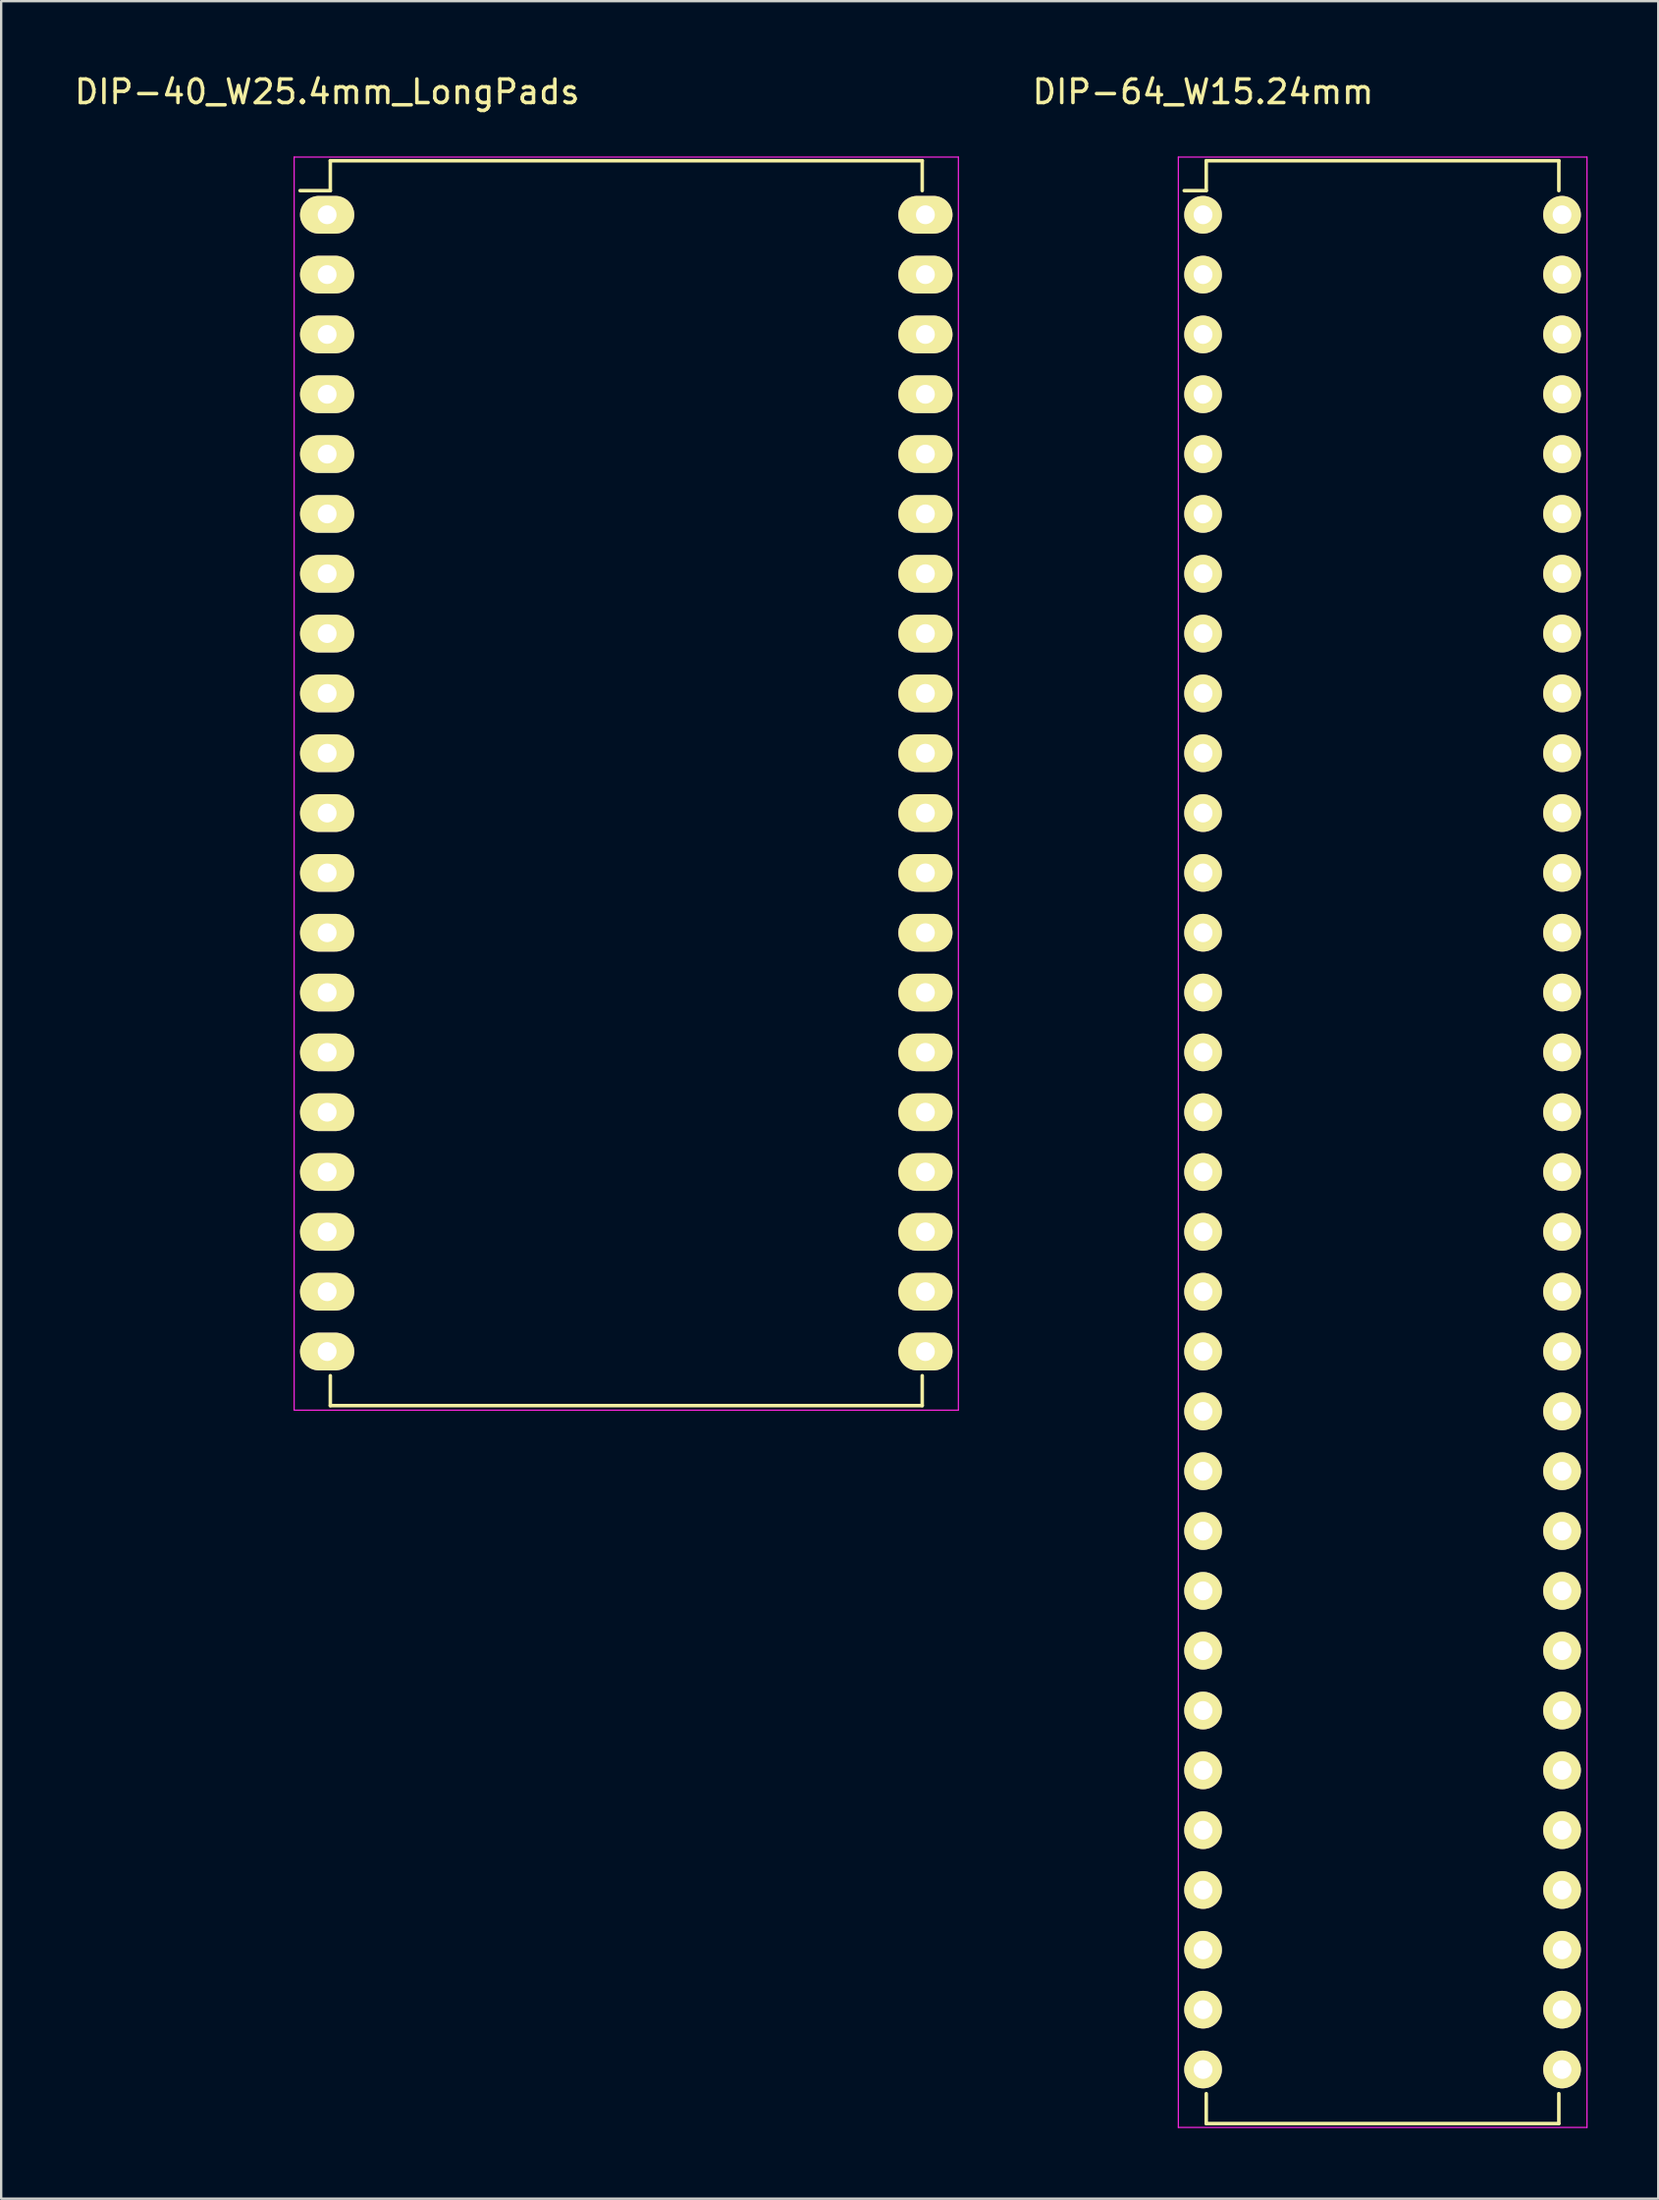
<source format=kicad_pcb>
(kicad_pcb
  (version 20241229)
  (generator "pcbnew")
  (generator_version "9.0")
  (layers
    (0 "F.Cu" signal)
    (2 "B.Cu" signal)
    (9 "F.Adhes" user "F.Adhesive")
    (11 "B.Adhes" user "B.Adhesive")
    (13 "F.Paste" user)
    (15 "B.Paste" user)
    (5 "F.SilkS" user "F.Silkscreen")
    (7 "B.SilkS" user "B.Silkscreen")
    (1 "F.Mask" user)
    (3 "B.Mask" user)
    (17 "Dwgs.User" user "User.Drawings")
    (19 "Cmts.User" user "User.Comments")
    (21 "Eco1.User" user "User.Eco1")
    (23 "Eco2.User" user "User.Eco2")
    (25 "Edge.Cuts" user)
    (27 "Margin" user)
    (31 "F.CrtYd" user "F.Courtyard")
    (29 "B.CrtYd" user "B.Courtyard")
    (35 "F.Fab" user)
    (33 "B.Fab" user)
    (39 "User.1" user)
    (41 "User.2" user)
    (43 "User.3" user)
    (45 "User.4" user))
  (footprint "DIP-40_W25.4mm_LongPads"
    (layer "F.Cu")
    (at 10.839 6.068)
    (property "Reference" "DIP-40_W25.4mm_LongPads" (at 0 -5.22 0) (layer "F.SilkS") (effects (font (size 1 1) (thickness 0.15))))
    (attr through_hole)
    (fp_line (start 0.135 -2.295) (end 0.135 -1.025) (stroke (width 0.15) (type solid)) (layer "F.SilkS"))
    (fp_line (start 0.135 -2.295) (end 25.265 -2.295) (stroke (width 0.15) (type solid)) (layer "F.SilkS"))
    (fp_line (start 0.135 -1.025) (end -1.15 -1.025) (stroke (width 0.15) (type solid)) (layer "F.SilkS"))
    (fp_line (start 0.135 50.555) (end 0.135 49.285) (stroke (width 0.15) (type solid)) (layer "F.SilkS"))
    (fp_line (start 0.135 50.555) (end 25.265 50.555) (stroke (width 0.15) (type solid)) (layer "F.SilkS"))
    (fp_line (start 25.265 -2.295) (end 25.265 -1.025) (stroke (width 0.15) (type solid)) (layer "F.SilkS"))
    (fp_line (start 25.265 50.555) (end 25.265 49.285) (stroke (width 0.15) (type solid)) (layer "F.SilkS"))
    (fp_line (start -1.4 -2.45) (end -1.4 50.75) (stroke (width 0.05) (type solid)) (layer "F.CrtYd"))
    (fp_line (start -1.4 -2.45) (end 26.8 -2.45) (stroke (width 0.05) (type solid)) (layer "F.CrtYd"))
    (fp_line (start -1.4 50.75) (end 26.8 50.75) (stroke (width 0.05) (type solid)) (layer "F.CrtYd"))
    (fp_line (start 26.8 -2.45) (end 26.8 50.75) (stroke (width 0.05) (type solid)) (layer "F.CrtYd"))
    (pad "1" thru_hole oval (at 0 0) (size 2.3 1.6) (drill 0.8) (layers "*.Cu" "*.Mask" "F.SilkS"))
    (pad "2" thru_hole oval (at 0 2.54) (size 2.3 1.6) (drill 0.8) (layers "*.Cu" "*.Mask" "F.SilkS"))
    (pad "3" thru_hole oval (at 0 5.08) (size 2.3 1.6) (drill 0.8) (layers "*.Cu" "*.Mask" "F.SilkS"))
    (pad "4" thru_hole oval (at 0 7.62) (size 2.3 1.6) (drill 0.8) (layers "*.Cu" "*.Mask" "F.SilkS"))
    (pad "5" thru_hole oval (at 0 10.16) (size 2.3 1.6) (drill 0.8) (layers "*.Cu" "*.Mask" "F.SilkS"))
    (pad "6" thru_hole oval (at 0 12.7) (size 2.3 1.6) (drill 0.8) (layers "*.Cu" "*.Mask" "F.SilkS"))
    (pad "7" thru_hole oval (at 0 15.24) (size 2.3 1.6) (drill 0.8) (layers "*.Cu" "*.Mask" "F.SilkS"))
    (pad "8" thru_hole oval (at 0 17.78) (size 2.3 1.6) (drill 0.8) (layers "*.Cu" "*.Mask" "F.SilkS"))
    (pad "9" thru_hole oval (at 0 20.32) (size 2.3 1.6) (drill 0.8) (layers "*.Cu" "*.Mask" "F.SilkS"))
    (pad "10" thru_hole oval (at 0 22.86) (size 2.3 1.6) (drill 0.8) (layers "*.Cu" "*.Mask" "F.SilkS"))
    (pad "11" thru_hole oval (at 0 25.4) (size 2.3 1.6) (drill 0.8) (layers "*.Cu" "*.Mask" "F.SilkS"))
    (pad "12" thru_hole oval (at 0 27.94) (size 2.3 1.6) (drill 0.8) (layers "*.Cu" "*.Mask" "F.SilkS"))
    (pad "13" thru_hole oval (at 0 30.48) (size 2.3 1.6) (drill 0.8) (layers "*.Cu" "*.Mask" "F.SilkS"))
    (pad "14" thru_hole oval (at 0 33.02) (size 2.3 1.6) (drill 0.8) (layers "*.Cu" "*.Mask" "F.SilkS"))
    (pad "15" thru_hole oval (at 0 35.56) (size 2.3 1.6) (drill 0.8) (layers "*.Cu" "*.Mask" "F.SilkS"))
    (pad "16" thru_hole oval (at 0 38.1) (size 2.3 1.6) (drill 0.8) (layers "*.Cu" "*.Mask" "F.SilkS"))
    (pad "17" thru_hole oval (at 0 40.64) (size 2.3 1.6) (drill 0.8) (layers "*.Cu" "*.Mask" "F.SilkS"))
    (pad "18" thru_hole oval (at 0 43.18) (size 2.3 1.6) (drill 0.8) (layers "*.Cu" "*.Mask" "F.SilkS"))
    (pad "19" thru_hole oval (at 0 45.72) (size 2.3 1.6) (drill 0.8) (layers "*.Cu" "*.Mask" "F.SilkS"))
    (pad "20" thru_hole oval (at 0 48.26) (size 2.3 1.6) (drill 0.8) (layers "*.Cu" "*.Mask" "F.SilkS"))
    (pad "21" thru_hole oval (at 25.4 48.26) (size 2.3 1.6) (drill 0.8) (layers "*.Cu" "*.Mask" "F.SilkS"))
    (pad "22" thru_hole oval (at 25.4 45.72) (size 2.3 1.6) (drill 0.8) (layers "*.Cu" "*.Mask" "F.SilkS"))
    (pad "23" thru_hole oval (at 25.4 43.18) (size 2.3 1.6) (drill 0.8) (layers "*.Cu" "*.Mask" "F.SilkS"))
    (pad "24" thru_hole oval (at 25.4 40.64) (size 2.3 1.6) (drill 0.8) (layers "*.Cu" "*.Mask" "F.SilkS"))
    (pad "25" thru_hole oval (at 25.4 38.1) (size 2.3 1.6) (drill 0.8) (layers "*.Cu" "*.Mask" "F.SilkS"))
    (pad "26" thru_hole oval (at 25.4 35.56) (size 2.3 1.6) (drill 0.8) (layers "*.Cu" "*.Mask" "F.SilkS"))
    (pad "27" thru_hole oval (at 25.4 33.02) (size 2.3 1.6) (drill 0.8) (layers "*.Cu" "*.Mask" "F.SilkS"))
    (pad "28" thru_hole oval (at 25.4 30.48) (size 2.3 1.6) (drill 0.8) (layers "*.Cu" "*.Mask" "F.SilkS"))
    (pad "29" thru_hole oval (at 25.4 27.94) (size 2.3 1.6) (drill 0.8) (layers "*.Cu" "*.Mask" "F.SilkS"))
    (pad "30" thru_hole oval (at 25.4 25.4) (size 2.3 1.6) (drill 0.8) (layers "*.Cu" "*.Mask" "F.SilkS"))
    (pad "31" thru_hole oval (at 25.4 22.86) (size 2.3 1.6) (drill 0.8) (layers "*.Cu" "*.Mask" "F.SilkS"))
    (pad "32" thru_hole oval (at 25.4 20.32) (size 2.3 1.6) (drill 0.8) (layers "*.Cu" "*.Mask" "F.SilkS"))
    (pad "33" thru_hole oval (at 25.4 17.78) (size 2.3 1.6) (drill 0.8) (layers "*.Cu" "*.Mask" "F.SilkS"))
    (pad "34" thru_hole oval (at 25.4 15.24) (size 2.3 1.6) (drill 0.8) (layers "*.Cu" "*.Mask" "F.SilkS"))
    (pad "35" thru_hole oval (at 25.4 12.7) (size 2.3 1.6) (drill 0.8) (layers "*.Cu" "*.Mask" "F.SilkS"))
    (pad "36" thru_hole oval (at 25.4 10.16) (size 2.3 1.6) (drill 0.8) (layers "*.Cu" "*.Mask" "F.SilkS"))
    (pad "37" thru_hole oval (at 25.4 7.62) (size 2.3 1.6) (drill 0.8) (layers "*.Cu" "*.Mask" "F.SilkS"))
    (pad "38" thru_hole oval (at 25.4 5.08) (size 2.3 1.6) (drill 0.8) (layers "*.Cu" "*.Mask" "F.SilkS"))
    (pad "39" thru_hole oval (at 25.4 2.54) (size 2.3 1.6) (drill 0.8) (layers "*.Cu" "*.Mask" "F.SilkS"))
    (pad "40" thru_hole oval (at 25.4 0) (size 2.3 1.6) (drill 0.8) (layers "*.Cu" "*.Mask" "F.SilkS")))
  (footprint "DIP-64_W15.24mm"
    (layer "F.Cu")
    (at 48.027 6.068)
    (property "Reference" "DIP-64_W15.24mm" (at 0 -5.22 0) (layer "F.SilkS") (effects (font (size 1 1) (thickness 0.15))))
    (attr through_hole)
    (fp_line (start 0.135 -2.295) (end 0.135 -1.025) (stroke (width 0.15) (type solid)) (layer "F.SilkS"))
    (fp_line (start 0.135 -2.295) (end 15.105 -2.295) (stroke (width 0.15) (type solid)) (layer "F.SilkS"))
    (fp_line (start 0.135 -1.025) (end -0.8 -1.025) (stroke (width 0.15) (type solid)) (layer "F.SilkS"))
    (fp_line (start 0.135 81.035) (end 0.135 79.765) (stroke (width 0.15) (type solid)) (layer "F.SilkS"))
    (fp_line (start 0.135 81.035) (end 15.105 81.035) (stroke (width 0.15) (type solid)) (layer "F.SilkS"))
    (fp_line (start 15.105 -2.295) (end 15.105 -1.025) (stroke (width 0.15) (type solid)) (layer "F.SilkS"))
    (fp_line (start 15.105 81.035) (end 15.105 79.765) (stroke (width 0.15) (type solid)) (layer "F.SilkS"))
    (fp_line (start -1.05 -2.45) (end -1.05 81.2) (stroke (width 0.05) (type solid)) (layer "F.CrtYd"))
    (fp_line (start -1.05 -2.45) (end 16.3 -2.45) (stroke (width 0.05) (type solid)) (layer "F.CrtYd"))
    (fp_line (start -1.05 81.2) (end 16.3 81.2) (stroke (width 0.05) (type solid)) (layer "F.CrtYd"))
    (fp_line (start 16.3 -2.45) (end 16.3 81.2) (stroke (width 0.05) (type solid)) (layer "F.CrtYd"))
    (pad "1" thru_hole oval (at 0 0) (size 1.6 1.6) (drill 0.8) (layers "*.Cu" "*.Mask" "F.SilkS"))
    (pad "2" thru_hole oval (at 0 2.54) (size 1.6 1.6) (drill 0.8) (layers "*.Cu" "*.Mask" "F.SilkS"))
    (pad "3" thru_hole oval (at 0 5.08) (size 1.6 1.6) (drill 0.8) (layers "*.Cu" "*.Mask" "F.SilkS"))
    (pad "4" thru_hole oval (at 0 7.62) (size 1.6 1.6) (drill 0.8) (layers "*.Cu" "*.Mask" "F.SilkS"))
    (pad "5" thru_hole oval (at 0 10.16) (size 1.6 1.6) (drill 0.8) (layers "*.Cu" "*.Mask" "F.SilkS"))
    (pad "6" thru_hole oval (at 0 12.7) (size 1.6 1.6) (drill 0.8) (layers "*.Cu" "*.Mask" "F.SilkS"))
    (pad "7" thru_hole oval (at 0 15.24) (size 1.6 1.6) (drill 0.8) (layers "*.Cu" "*.Mask" "F.SilkS"))
    (pad "8" thru_hole oval (at 0 17.78) (size 1.6 1.6) (drill 0.8) (layers "*.Cu" "*.Mask" "F.SilkS"))
    (pad "9" thru_hole oval (at 0 20.32) (size 1.6 1.6) (drill 0.8) (layers "*.Cu" "*.Mask" "F.SilkS"))
    (pad "10" thru_hole oval (at 0 22.86) (size 1.6 1.6) (drill 0.8) (layers "*.Cu" "*.Mask" "F.SilkS"))
    (pad "11" thru_hole oval (at 0 25.4) (size 1.6 1.6) (drill 0.8) (layers "*.Cu" "*.Mask" "F.SilkS"))
    (pad "12" thru_hole oval (at 0 27.94) (size 1.6 1.6) (drill 0.8) (layers "*.Cu" "*.Mask" "F.SilkS"))
    (pad "13" thru_hole oval (at 0 30.48) (size 1.6 1.6) (drill 0.8) (layers "*.Cu" "*.Mask" "F.SilkS"))
    (pad "14" thru_hole oval (at 0 33.02) (size 1.6 1.6) (drill 0.8) (layers "*.Cu" "*.Mask" "F.SilkS"))
    (pad "15" thru_hole oval (at 0 35.56) (size 1.6 1.6) (drill 0.8) (layers "*.Cu" "*.Mask" "F.SilkS"))
    (pad "16" thru_hole oval (at 0 38.1) (size 1.6 1.6) (drill 0.8) (layers "*.Cu" "*.Mask" "F.SilkS"))
    (pad "17" thru_hole oval (at 0 40.64) (size 1.6 1.6) (drill 0.8) (layers "*.Cu" "*.Mask" "F.SilkS"))
    (pad "18" thru_hole oval (at 0 43.18) (size 1.6 1.6) (drill 0.8) (layers "*.Cu" "*.Mask" "F.SilkS"))
    (pad "19" thru_hole oval (at 0 45.72) (size 1.6 1.6) (drill 0.8) (layers "*.Cu" "*.Mask" "F.SilkS"))
    (pad "20" thru_hole oval (at 0 48.26) (size 1.6 1.6) (drill 0.8) (layers "*.Cu" "*.Mask" "F.SilkS"))
    (pad "21" thru_hole oval (at 0 50.8) (size 1.6 1.6) (drill 0.8) (layers "*.Cu" "*.Mask" "F.SilkS"))
    (pad "22" thru_hole oval (at 0 53.34) (size 1.6 1.6) (drill 0.8) (layers "*.Cu" "*.Mask" "F.SilkS"))
    (pad "23" thru_hole oval (at 0 55.88) (size 1.6 1.6) (drill 0.8) (layers "*.Cu" "*.Mask" "F.SilkS"))
    (pad "24" thru_hole oval (at 0 58.42) (size 1.6 1.6) (drill 0.8) (layers "*.Cu" "*.Mask" "F.SilkS"))
    (pad "25" thru_hole oval (at 0 60.96) (size 1.6 1.6) (drill 0.8) (layers "*.Cu" "*.Mask" "F.SilkS"))
    (pad "26" thru_hole oval (at 0 63.5) (size 1.6 1.6) (drill 0.8) (layers "*.Cu" "*.Mask" "F.SilkS"))
    (pad "27" thru_hole oval (at 0 66.04) (size 1.6 1.6) (drill 0.8) (layers "*.Cu" "*.Mask" "F.SilkS"))
    (pad "28" thru_hole oval (at 0 68.58) (size 1.6 1.6) (drill 0.8) (layers "*.Cu" "*.Mask" "F.SilkS"))
    (pad "29" thru_hole oval (at 0 71.12) (size 1.6 1.6) (drill 0.8) (layers "*.Cu" "*.Mask" "F.SilkS"))
    (pad "30" thru_hole oval (at 0 73.66) (size 1.6 1.6) (drill 0.8) (layers "*.Cu" "*.Mask" "F.SilkS"))
    (pad "31" thru_hole oval (at 0 76.2) (size 1.6 1.6) (drill 0.8) (layers "*.Cu" "*.Mask" "F.SilkS"))
    (pad "32" thru_hole oval (at 0 78.74) (size 1.6 1.6) (drill 0.8) (layers "*.Cu" "*.Mask" "F.SilkS"))
    (pad "33" thru_hole oval (at 15.24 78.74) (size 1.6 1.6) (drill 0.8) (layers "*.Cu" "*.Mask" "F.SilkS"))
    (pad "34" thru_hole oval (at 15.24 76.2) (size 1.6 1.6) (drill 0.8) (layers "*.Cu" "*.Mask" "F.SilkS"))
    (pad "35" thru_hole oval (at 15.24 73.66) (size 1.6 1.6) (drill 0.8) (layers "*.Cu" "*.Mask" "F.SilkS"))
    (pad "36" thru_hole oval (at 15.24 71.12) (size 1.6 1.6) (drill 0.8) (layers "*.Cu" "*.Mask" "F.SilkS"))
    (pad "37" thru_hole oval (at 15.24 68.58) (size 1.6 1.6) (drill 0.8) (layers "*.Cu" "*.Mask" "F.SilkS"))
    (pad "38" thru_hole oval (at 15.24 66.04) (size 1.6 1.6) (drill 0.8) (layers "*.Cu" "*.Mask" "F.SilkS"))
    (pad "39" thru_hole oval (at 15.24 63.5) (size 1.6 1.6) (drill 0.8) (layers "*.Cu" "*.Mask" "F.SilkS"))
    (pad "40" thru_hole oval (at 15.24 60.96) (size 1.6 1.6) (drill 0.8) (layers "*.Cu" "*.Mask" "F.SilkS"))
    (pad "41" thru_hole oval (at 15.24 58.42) (size 1.6 1.6) (drill 0.8) (layers "*.Cu" "*.Mask" "F.SilkS"))
    (pad "42" thru_hole oval (at 15.24 55.88) (size 1.6 1.6) (drill 0.8) (layers "*.Cu" "*.Mask" "F.SilkS"))
    (pad "43" thru_hole oval (at 15.24 53.34) (size 1.6 1.6) (drill 0.8) (layers "*.Cu" "*.Mask" "F.SilkS"))
    (pad "44" thru_hole oval (at 15.24 50.8) (size 1.6 1.6) (drill 0.8) (layers "*.Cu" "*.Mask" "F.SilkS"))
    (pad "45" thru_hole oval (at 15.24 48.26) (size 1.6 1.6) (drill 0.8) (layers "*.Cu" "*.Mask" "F.SilkS"))
    (pad "46" thru_hole oval (at 15.24 45.72) (size 1.6 1.6) (drill 0.8) (layers "*.Cu" "*.Mask" "F.SilkS"))
    (pad "47" thru_hole oval (at 15.24 43.18) (size 1.6 1.6) (drill 0.8) (layers "*.Cu" "*.Mask" "F.SilkS"))
    (pad "48" thru_hole oval (at 15.24 40.64) (size 1.6 1.6) (drill 0.8) (layers "*.Cu" "*.Mask" "F.SilkS"))
    (pad "49" thru_hole oval (at 15.24 38.1) (size 1.6 1.6) (drill 0.8) (layers "*.Cu" "*.Mask" "F.SilkS"))
    (pad "50" thru_hole oval (at 15.24 35.56) (size 1.6 1.6) (drill 0.8) (layers "*.Cu" "*.Mask" "F.SilkS"))
    (pad "51" thru_hole oval (at 15.24 33.02) (size 1.6 1.6) (drill 0.8) (layers "*.Cu" "*.Mask" "F.SilkS"))
    (pad "52" thru_hole oval (at 15.24 30.48) (size 1.6 1.6) (drill 0.8) (layers "*.Cu" "*.Mask" "F.SilkS"))
    (pad "53" thru_hole oval (at 15.24 27.94) (size 1.6 1.6) (drill 0.8) (layers "*.Cu" "*.Mask" "F.SilkS"))
    (pad "54" thru_hole oval (at 15.24 25.4) (size 1.6 1.6) (drill 0.8) (layers "*.Cu" "*.Mask" "F.SilkS"))
    (pad "55" thru_hole oval (at 15.24 22.86) (size 1.6 1.6) (drill 0.8) (layers "*.Cu" "*.Mask" "F.SilkS"))
    (pad "56" thru_hole oval (at 15.24 20.32) (size 1.6 1.6) (drill 0.8) (layers "*.Cu" "*.Mask" "F.SilkS"))
    (pad "57" thru_hole oval (at 15.24 17.78) (size 1.6 1.6) (drill 0.8) (layers "*.Cu" "*.Mask" "F.SilkS"))
    (pad "58" thru_hole oval (at 15.24 15.24) (size 1.6 1.6) (drill 0.8) (layers "*.Cu" "*.Mask" "F.SilkS"))
    (pad "59" thru_hole oval (at 15.24 12.7) (size 1.6 1.6) (drill 0.8) (layers "*.Cu" "*.Mask" "F.SilkS"))
    (pad "60" thru_hole oval (at 15.24 10.16) (size 1.6 1.6) (drill 0.8) (layers "*.Cu" "*.Mask" "F.SilkS"))
    (pad "61" thru_hole oval (at 15.24 7.62) (size 1.6 1.6) (drill 0.8) (layers "*.Cu" "*.Mask" "F.SilkS"))
    (pad "62" thru_hole oval (at 15.24 5.08) (size 1.6 1.6) (drill 0.8) (layers "*.Cu" "*.Mask" "F.SilkS"))
    (pad "63" thru_hole oval (at 15.24 2.54) (size 1.6 1.6) (drill 0.8) (layers "*.Cu" "*.Mask" "F.SilkS"))
    (pad "64" thru_hole oval (at 15.24 0) (size 1.6 1.6) (drill 0.8) (layers "*.Cu" "*.Mask" "F.SilkS")))
  (gr_rect
    (start -3 -3)
    (end 67.352 90.293)
    (stroke (width 0.1) (type default))
    (fill no)
    (layer "Edge.Cuts")))
</source>
